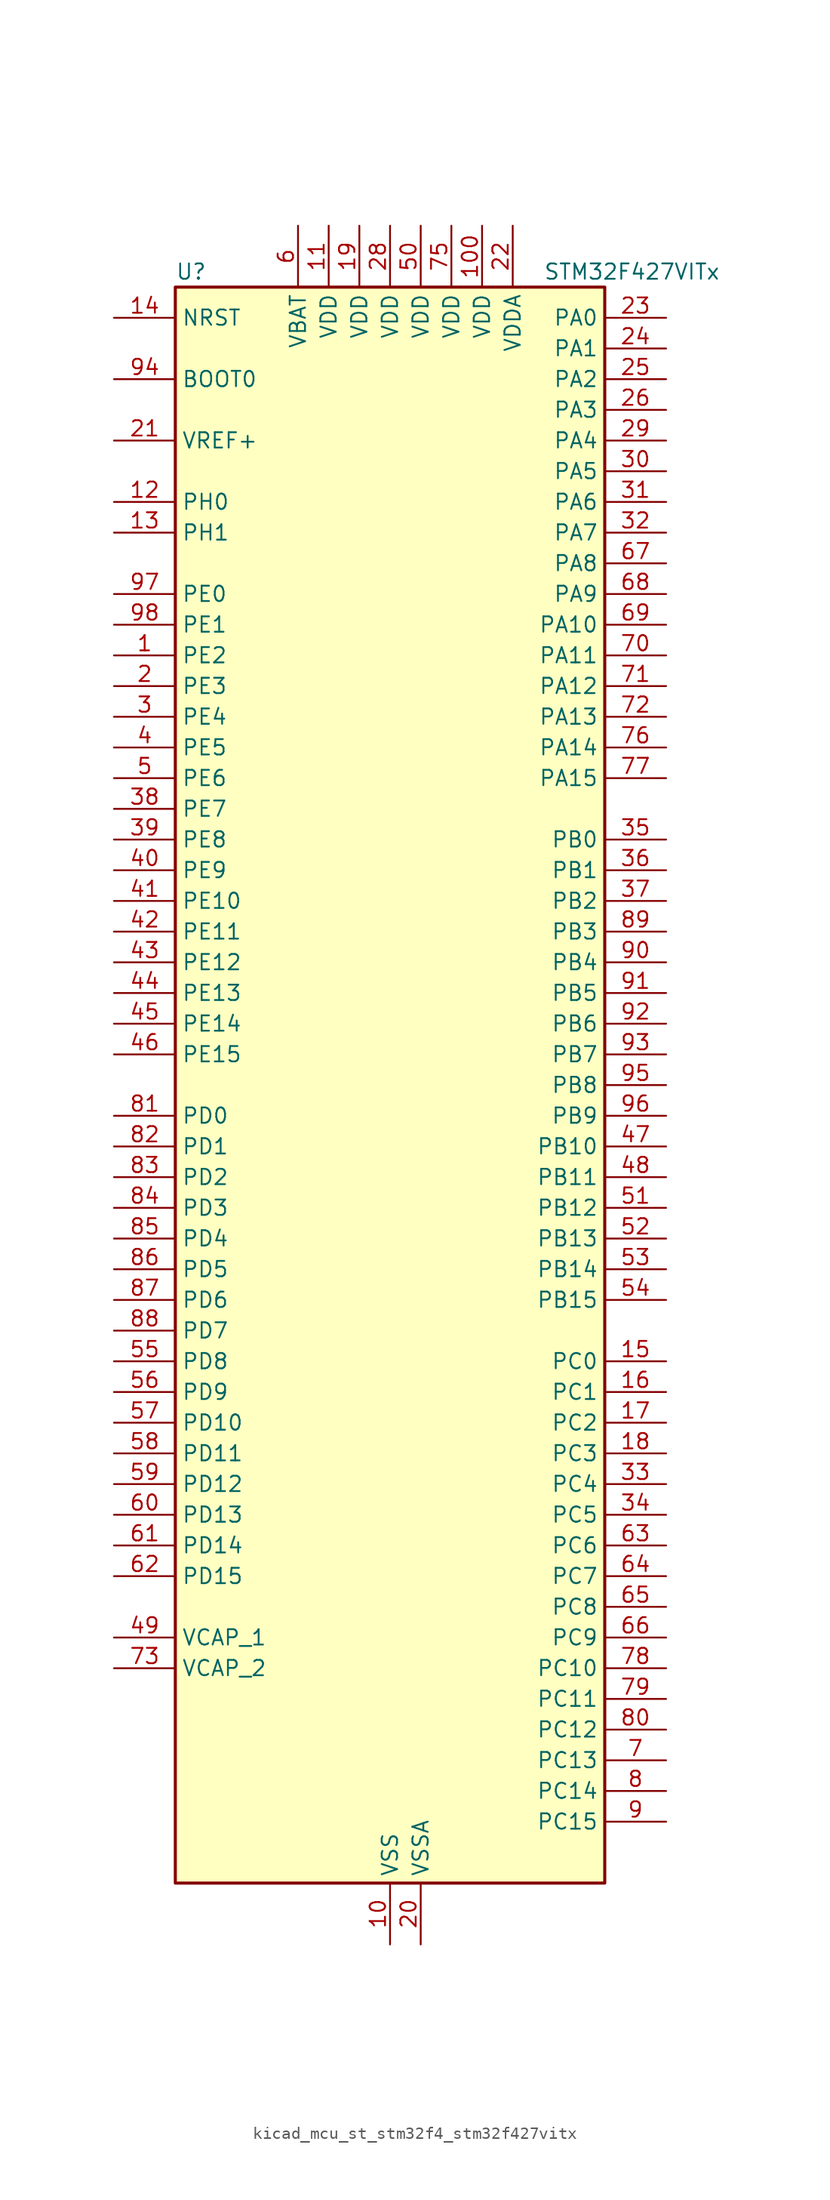
<source format=kicad_sym>
(kicad_symbol_lib
  (version 20220914)
  (generator kicad_symbol_editor)
  (symbol "kicad_mcu_st_stm32f4_stm32f427vitx"
    (property "Reference" "U"
      (at -17.78 67.31 0)
      (effects (font (size 1.27 1.27)) (justify left)))
    (property "Value" "STM32F427VITx"
      (at 12.7 67.31 0)
      (effects (font (size 1.27 1.27)) (justify left)))
    (property "ki_locked" ""
      (at 0 0 0)
      (effects (font (size 1.27 1.27))))
    (symbol "kicad_mcu_st_stm32f4_stm32f427vitx_0_1"
      (rectangle (start -17.78 -66.04) (end 17.78 66.04) (stroke (width 0.254) (type default)) (fill (type background))))
    (symbol "kicad_mcu_st_stm32f4_stm32f427vitx_1_1"
      (pin bidirectional line (at -22.86 35.56 0) (length 5.08) (name "PE2" (effects (font (size 1.27 1.27)))) (number "1" (effects (font (size 1.27 1.27)))) (alternate "ETH_TXD3" bidirectional line) (alternate "FMC_A23" bidirectional line) (alternate "SAI1_MCLK_A" bidirectional line) (alternate "SPI4_SCK" bidirectional line) (alternate "SYS_TRACECLK" bidirectional line))
      (pin power_in line (at 0 -71.12 90) (length 5.08) (name "VSS" (effects (font (size 1.27 1.27)))) (number "10" (effects (font (size 1.27 1.27)))))
      (pin power_in line (at 7.62 71.12 270) (length 5.08) (name "VDD" (effects (font (size 1.27 1.27)))) (number "100" (effects (font (size 1.27 1.27)))))
      (pin power_in line (at -5.08 71.12 270) (length 5.08) (name "VDD" (effects (font (size 1.27 1.27)))) (number "11" (effects (font (size 1.27 1.27)))))
      (pin bidirectional line (at -22.86 48.26 0) (length 5.08) (name "PH0" (effects (font (size 1.27 1.27)))) (number "12" (effects (font (size 1.27 1.27)))) (alternate "RCC_OSC_IN" bidirectional line))
      (pin bidirectional line (at -22.86 45.72 0) (length 5.08) (name "PH1" (effects (font (size 1.27 1.27)))) (number "13" (effects (font (size 1.27 1.27)))) (alternate "RCC_OSC_OUT" bidirectional line))
      (pin input line (at -22.86 63.5 0) (length 5.08) (name "NRST" (effects (font (size 1.27 1.27)))) (number "14" (effects (font (size 1.27 1.27)))))
      (pin bidirectional line (at 22.86 -22.86 180) (length 5.08) (name "PC0" (effects (font (size 1.27 1.27)))) (number "15" (effects (font (size 1.27 1.27)))) (alternate "ADC1_IN10" bidirectional line) (alternate "ADC2_IN10" bidirectional line) (alternate "ADC3_IN10" bidirectional line) (alternate "FMC_SDNWE" bidirectional line) (alternate "USB_OTG_HS_ULPI_STP" bidirectional line))
      (pin bidirectional line (at 22.86 -25.4 180) (length 5.08) (name "PC1" (effects (font (size 1.27 1.27)))) (number "16" (effects (font (size 1.27 1.27)))) (alternate "ADC1_IN11" bidirectional line) (alternate "ADC2_IN11" bidirectional line) (alternate "ADC3_IN11" bidirectional line) (alternate "ETH_MDC" bidirectional line))
      (pin bidirectional line (at 22.86 -27.94 180) (length 5.08) (name "PC2" (effects (font (size 1.27 1.27)))) (number "17" (effects (font (size 1.27 1.27)))) (alternate "ADC1_IN12" bidirectional line) (alternate "ADC2_IN12" bidirectional line) (alternate "ADC3_IN12" bidirectional line) (alternate "ETH_TXD2" bidirectional line) (alternate "FMC_SDNE0" bidirectional line) (alternate "I2S2_ext_SD" bidirectional line) (alternate "SPI2_MISO" bidirectional line) (alternate "USB_OTG_HS_ULPI_DIR" bidirectional line))
      (pin bidirectional line (at 22.86 -30.48 180) (length 5.08) (name "PC3" (effects (font (size 1.27 1.27)))) (number "18" (effects (font (size 1.27 1.27)))) (alternate "ADC1_IN13" bidirectional line) (alternate "ADC2_IN13" bidirectional line) (alternate "ADC3_IN13" bidirectional line) (alternate "ETH_TX_CLK" bidirectional line) (alternate "FMC_SDCKE0" bidirectional line) (alternate "I2S2_SD" bidirectional line) (alternate "SPI2_MOSI" bidirectional line) (alternate "USB_OTG_HS_ULPI_NXT" bidirectional line))
      (pin power_in line (at -2.54 71.12 270) (length 5.08) (name "VDD" (effects (font (size 1.27 1.27)))) (number "19" (effects (font (size 1.27 1.27)))))
      (pin bidirectional line (at -22.86 33.02 0) (length 5.08) (name "PE3" (effects (font (size 1.27 1.27)))) (number "2" (effects (font (size 1.27 1.27)))) (alternate "FMC_A19" bidirectional line) (alternate "SAI1_SD_B" bidirectional line) (alternate "SYS_TRACED0" bidirectional line))
      (pin power_in line (at 2.54 -71.12 90) (length 5.08) (name "VSSA" (effects (font (size 1.27 1.27)))) (number "20" (effects (font (size 1.27 1.27)))))
      (pin input line (at -22.86 53.34 0) (length 5.08) (name "VREF+" (effects (font (size 1.27 1.27)))) (number "21" (effects (font (size 1.27 1.27)))))
      (pin power_in line (at 10.16 71.12 270) (length 5.08) (name "VDDA" (effects (font (size 1.27 1.27)))) (number "22" (effects (font (size 1.27 1.27)))))
      (pin bidirectional line (at 22.86 63.5 180) (length 5.08) (name "PA0" (effects (font (size 1.27 1.27)))) (number "23" (effects (font (size 1.27 1.27)))) (alternate "ADC1_IN0" bidirectional line) (alternate "ADC2_IN0" bidirectional line) (alternate "ADC3_IN0" bidirectional line) (alternate "ETH_CRS" bidirectional line) (alternate "SYS_WKUP" bidirectional line) (alternate "TIM2_CH1" bidirectional line) (alternate "TIM2_ETR" bidirectional line) (alternate "TIM5_CH1" bidirectional line) (alternate "TIM8_ETR" bidirectional line) (alternate "UART4_TX" bidirectional line) (alternate "USART2_CTS" bidirectional line))
      (pin bidirectional line (at 22.86 60.96 180) (length 5.08) (name "PA1" (effects (font (size 1.27 1.27)))) (number "24" (effects (font (size 1.27 1.27)))) (alternate "ADC1_IN1" bidirectional line) (alternate "ADC2_IN1" bidirectional line) (alternate "ADC3_IN1" bidirectional line) (alternate "ETH_REF_CLK" bidirectional line) (alternate "ETH_RX_CLK" bidirectional line) (alternate "TIM2_CH2" bidirectional line) (alternate "TIM5_CH2" bidirectional line) (alternate "UART4_RX" bidirectional line) (alternate "USART2_RTS" bidirectional line))
      (pin bidirectional line (at 22.86 58.42 180) (length 5.08) (name "PA2" (effects (font (size 1.27 1.27)))) (number "25" (effects (font (size 1.27 1.27)))) (alternate "ADC1_IN2" bidirectional line) (alternate "ADC2_IN2" bidirectional line) (alternate "ADC3_IN2" bidirectional line) (alternate "ETH_MDIO" bidirectional line) (alternate "TIM2_CH3" bidirectional line) (alternate "TIM5_CH3" bidirectional line) (alternate "TIM9_CH1" bidirectional line) (alternate "USART2_TX" bidirectional line))
      (pin bidirectional line (at 22.86 55.88 180) (length 5.08) (name "PA3" (effects (font (size 1.27 1.27)))) (number "26" (effects (font (size 1.27 1.27)))) (alternate "ADC1_IN3" bidirectional line) (alternate "ADC2_IN3" bidirectional line) (alternate "ADC3_IN3" bidirectional line) (alternate "ETH_COL" bidirectional line) (alternate "TIM2_CH4" bidirectional line) (alternate "TIM5_CH4" bidirectional line) (alternate "TIM9_CH2" bidirectional line) (alternate "USART2_RX" bidirectional line) (alternate "USB_OTG_HS_ULPI_D0" bidirectional line))
      (pin passive line (at 0 -71.12 90) (length 5.08) hide (name "VSS" (effects (font (size 1.27 1.27)))) (number "27" (effects (font (size 1.27 1.27)))))
      (pin power_in line (at 0 71.12 270) (length 5.08) (name "VDD" (effects (font (size 1.27 1.27)))) (number "28" (effects (font (size 1.27 1.27)))))
      (pin bidirectional line (at 22.86 53.34 180) (length 5.08) (name "PA4" (effects (font (size 1.27 1.27)))) (number "29" (effects (font (size 1.27 1.27)))) (alternate "ADC1_IN4" bidirectional line) (alternate "ADC2_IN4" bidirectional line) (alternate "DAC_OUT1" bidirectional line) (alternate "DCMI_HSYNC" bidirectional line) (alternate "I2S3_WS" bidirectional line) (alternate "SPI1_NSS" bidirectional line) (alternate "SPI3_NSS" bidirectional line) (alternate "USART2_CK" bidirectional line) (alternate "USB_OTG_HS_SOF" bidirectional line))
      (pin bidirectional line (at -22.86 30.48 0) (length 5.08) (name "PE4" (effects (font (size 1.27 1.27)))) (number "3" (effects (font (size 1.27 1.27)))) (alternate "DCMI_D4" bidirectional line) (alternate "FMC_A20" bidirectional line) (alternate "SAI1_FS_A" bidirectional line) (alternate "SPI4_NSS" bidirectional line) (alternate "SYS_TRACED1" bidirectional line))
      (pin bidirectional line (at 22.86 50.8 180) (length 5.08) (name "PA5" (effects (font (size 1.27 1.27)))) (number "30" (effects (font (size 1.27 1.27)))) (alternate "ADC1_IN5" bidirectional line) (alternate "ADC2_IN5" bidirectional line) (alternate "DAC_OUT2" bidirectional line) (alternate "SPI1_SCK" bidirectional line) (alternate "TIM2_CH1" bidirectional line) (alternate "TIM2_ETR" bidirectional line) (alternate "TIM8_CH1N" bidirectional line) (alternate "USB_OTG_HS_ULPI_CK" bidirectional line))
      (pin bidirectional line (at 22.86 48.26 180) (length 5.08) (name "PA6" (effects (font (size 1.27 1.27)))) (number "31" (effects (font (size 1.27 1.27)))) (alternate "ADC1_IN6" bidirectional line) (alternate "ADC2_IN6" bidirectional line) (alternate "DCMI_PIXCLK" bidirectional line) (alternate "SPI1_MISO" bidirectional line) (alternate "TIM13_CH1" bidirectional line) (alternate "TIM1_BKIN" bidirectional line) (alternate "TIM3_CH1" bidirectional line) (alternate "TIM8_BKIN" bidirectional line))
      (pin bidirectional line (at 22.86 45.72 180) (length 5.08) (name "PA7" (effects (font (size 1.27 1.27)))) (number "32" (effects (font (size 1.27 1.27)))) (alternate "ADC1_IN7" bidirectional line) (alternate "ADC2_IN7" bidirectional line) (alternate "ETH_CRS_DV" bidirectional line) (alternate "ETH_RX_DV" bidirectional line) (alternate "SPI1_MOSI" bidirectional line) (alternate "TIM14_CH1" bidirectional line) (alternate "TIM1_CH1N" bidirectional line) (alternate "TIM3_CH2" bidirectional line) (alternate "TIM8_CH1N" bidirectional line))
      (pin bidirectional line (at 22.86 -33.02 180) (length 5.08) (name "PC4" (effects (font (size 1.27 1.27)))) (number "33" (effects (font (size 1.27 1.27)))) (alternate "ADC1_IN14" bidirectional line) (alternate "ADC2_IN14" bidirectional line) (alternate "ETH_RXD0" bidirectional line))
      (pin bidirectional line (at 22.86 -35.56 180) (length 5.08) (name "PC5" (effects (font (size 1.27 1.27)))) (number "34" (effects (font (size 1.27 1.27)))) (alternate "ADC1_IN15" bidirectional line) (alternate "ADC2_IN15" bidirectional line) (alternate "ETH_RXD1" bidirectional line))
      (pin bidirectional line (at 22.86 20.32 180) (length 5.08) (name "PB0" (effects (font (size 1.27 1.27)))) (number "35" (effects (font (size 1.27 1.27)))) (alternate "ADC1_IN8" bidirectional line) (alternate "ADC2_IN8" bidirectional line) (alternate "ETH_RXD2" bidirectional line) (alternate "TIM1_CH2N" bidirectional line) (alternate "TIM3_CH3" bidirectional line) (alternate "TIM8_CH2N" bidirectional line) (alternate "USB_OTG_HS_ULPI_D1" bidirectional line))
      (pin bidirectional line (at 22.86 17.78 180) (length 5.08) (name "PB1" (effects (font (size 1.27 1.27)))) (number "36" (effects (font (size 1.27 1.27)))) (alternate "ADC1_IN9" bidirectional line) (alternate "ADC2_IN9" bidirectional line) (alternate "ETH_RXD3" bidirectional line) (alternate "TIM1_CH3N" bidirectional line) (alternate "TIM3_CH4" bidirectional line) (alternate "TIM8_CH3N" bidirectional line) (alternate "USB_OTG_HS_ULPI_D2" bidirectional line))
      (pin bidirectional line (at 22.86 15.24 180) (length 5.08) (name "PB2" (effects (font (size 1.27 1.27)))) (number "37" (effects (font (size 1.27 1.27)))))
      (pin bidirectional line (at -22.86 22.86 0) (length 5.08) (name "PE7" (effects (font (size 1.27 1.27)))) (number "38" (effects (font (size 1.27 1.27)))) (alternate "FMC_D4" bidirectional line) (alternate "FMC_DA4" bidirectional line) (alternate "TIM1_ETR" bidirectional line) (alternate "UART7_RX" bidirectional line))
      (pin bidirectional line (at -22.86 20.32 0) (length 5.08) (name "PE8" (effects (font (size 1.27 1.27)))) (number "39" (effects (font (size 1.27 1.27)))) (alternate "FMC_D5" bidirectional line) (alternate "FMC_DA5" bidirectional line) (alternate "TIM1_CH1N" bidirectional line) (alternate "UART7_TX" bidirectional line))
      (pin bidirectional line (at -22.86 27.94 0) (length 5.08) (name "PE5" (effects (font (size 1.27 1.27)))) (number "4" (effects (font (size 1.27 1.27)))) (alternate "DCMI_D6" bidirectional line) (alternate "FMC_A21" bidirectional line) (alternate "SAI1_SCK_A" bidirectional line) (alternate "SPI4_MISO" bidirectional line) (alternate "SYS_TRACED2" bidirectional line) (alternate "TIM9_CH1" bidirectional line))
      (pin bidirectional line (at -22.86 17.78 0) (length 5.08) (name "PE9" (effects (font (size 1.27 1.27)))) (number "40" (effects (font (size 1.27 1.27)))) (alternate "DAC_EXTI9" bidirectional line) (alternate "FMC_D6" bidirectional line) (alternate "FMC_DA6" bidirectional line) (alternate "TIM1_CH1" bidirectional line))
      (pin bidirectional line (at -22.86 15.24 0) (length 5.08) (name "PE10" (effects (font (size 1.27 1.27)))) (number "41" (effects (font (size 1.27 1.27)))) (alternate "FMC_D7" bidirectional line) (alternate "FMC_DA7" bidirectional line) (alternate "TIM1_CH2N" bidirectional line))
      (pin bidirectional line (at -22.86 12.7 0) (length 5.08) (name "PE11" (effects (font (size 1.27 1.27)))) (number "42" (effects (font (size 1.27 1.27)))) (alternate "ADC1_EXTI11" bidirectional line) (alternate "ADC2_EXTI11" bidirectional line) (alternate "ADC3_EXTI11" bidirectional line) (alternate "FMC_D8" bidirectional line) (alternate "FMC_DA8" bidirectional line) (alternate "SPI4_NSS" bidirectional line) (alternate "TIM1_CH2" bidirectional line))
      (pin bidirectional line (at -22.86 10.16 0) (length 5.08) (name "PE12" (effects (font (size 1.27 1.27)))) (number "43" (effects (font (size 1.27 1.27)))) (alternate "FMC_D9" bidirectional line) (alternate "FMC_DA9" bidirectional line) (alternate "SPI4_SCK" bidirectional line) (alternate "TIM1_CH3N" bidirectional line))
      (pin bidirectional line (at -22.86 7.62 0) (length 5.08) (name "PE13" (effects (font (size 1.27 1.27)))) (number "44" (effects (font (size 1.27 1.27)))) (alternate "FMC_D10" bidirectional line) (alternate "FMC_DA10" bidirectional line) (alternate "SPI4_MISO" bidirectional line) (alternate "TIM1_CH3" bidirectional line))
      (pin bidirectional line (at -22.86 5.08 0) (length 5.08) (name "PE14" (effects (font (size 1.27 1.27)))) (number "45" (effects (font (size 1.27 1.27)))) (alternate "FMC_D11" bidirectional line) (alternate "FMC_DA11" bidirectional line) (alternate "SPI4_MOSI" bidirectional line) (alternate "TIM1_CH4" bidirectional line))
      (pin bidirectional line (at -22.86 2.54 0) (length 5.08) (name "PE15" (effects (font (size 1.27 1.27)))) (number "46" (effects (font (size 1.27 1.27)))) (alternate "ADC1_EXTI15" bidirectional line) (alternate "ADC2_EXTI15" bidirectional line) (alternate "ADC3_EXTI15" bidirectional line) (alternate "FMC_D12" bidirectional line) (alternate "FMC_DA12" bidirectional line) (alternate "TIM1_BKIN" bidirectional line))
      (pin bidirectional line (at 22.86 -5.08 180) (length 5.08) (name "PB10" (effects (font (size 1.27 1.27)))) (number "47" (effects (font (size 1.27 1.27)))) (alternate "ETH_RX_ER" bidirectional line) (alternate "I2C2_SCL" bidirectional line) (alternate "I2S2_CK" bidirectional line) (alternate "SPI2_SCK" bidirectional line) (alternate "TIM2_CH3" bidirectional line) (alternate "USART3_TX" bidirectional line) (alternate "USB_OTG_HS_ULPI_D3" bidirectional line))
      (pin bidirectional line (at 22.86 -7.62 180) (length 5.08) (name "PB11" (effects (font (size 1.27 1.27)))) (number "48" (effects (font (size 1.27 1.27)))) (alternate "ADC1_EXTI11" bidirectional line) (alternate "ADC2_EXTI11" bidirectional line) (alternate "ADC3_EXTI11" bidirectional line) (alternate "ETH_TX_EN" bidirectional line) (alternate "I2C2_SDA" bidirectional line) (alternate "TIM2_CH4" bidirectional line) (alternate "USART3_RX" bidirectional line) (alternate "USB_OTG_HS_ULPI_D4" bidirectional line))
      (pin power_out line (at -22.86 -45.72 0) (length 5.08) (name "VCAP_1" (effects (font (size 1.27 1.27)))) (number "49" (effects (font (size 1.27 1.27)))))
      (pin bidirectional line (at -22.86 25.4 0) (length 5.08) (name "PE6" (effects (font (size 1.27 1.27)))) (number "5" (effects (font (size 1.27 1.27)))) (alternate "DCMI_D7" bidirectional line) (alternate "FMC_A22" bidirectional line) (alternate "SAI1_SD_A" bidirectional line) (alternate "SPI4_MOSI" bidirectional line) (alternate "SYS_TRACED3" bidirectional line) (alternate "TIM9_CH2" bidirectional line))
      (pin power_in line (at 2.54 71.12 270) (length 5.08) (name "VDD" (effects (font (size 1.27 1.27)))) (number "50" (effects (font (size 1.27 1.27)))))
      (pin bidirectional line (at 22.86 -10.16 180) (length 5.08) (name "PB12" (effects (font (size 1.27 1.27)))) (number "51" (effects (font (size 1.27 1.27)))) (alternate "CAN2_RX" bidirectional line) (alternate "ETH_TXD0" bidirectional line) (alternate "I2C2_SMBA" bidirectional line) (alternate "I2S2_WS" bidirectional line) (alternate "SPI2_NSS" bidirectional line) (alternate "TIM1_BKIN" bidirectional line) (alternate "USART3_CK" bidirectional line) (alternate "USB_OTG_HS_ID" bidirectional line) (alternate "USB_OTG_HS_ULPI_D5" bidirectional line))
      (pin bidirectional line (at 22.86 -12.7 180) (length 5.08) (name "PB13" (effects (font (size 1.27 1.27)))) (number "52" (effects (font (size 1.27 1.27)))) (alternate "CAN2_TX" bidirectional line) (alternate "ETH_TXD1" bidirectional line) (alternate "I2S2_CK" bidirectional line) (alternate "SPI2_SCK" bidirectional line) (alternate "TIM1_CH1N" bidirectional line) (alternate "USART3_CTS" bidirectional line) (alternate "USB_OTG_HS_ULPI_D6" bidirectional line) (alternate "USB_OTG_HS_VBUS" bidirectional line))
      (pin bidirectional line (at 22.86 -15.24 180) (length 5.08) (name "PB14" (effects (font (size 1.27 1.27)))) (number "53" (effects (font (size 1.27 1.27)))) (alternate "I2S2_ext_SD" bidirectional line) (alternate "SPI2_MISO" bidirectional line) (alternate "TIM12_CH1" bidirectional line) (alternate "TIM1_CH2N" bidirectional line) (alternate "TIM8_CH2N" bidirectional line) (alternate "USART3_RTS" bidirectional line) (alternate "USB_OTG_HS_DM" bidirectional line))
      (pin bidirectional line (at 22.86 -17.78 180) (length 5.08) (name "PB15" (effects (font (size 1.27 1.27)))) (number "54" (effects (font (size 1.27 1.27)))) (alternate "ADC1_EXTI15" bidirectional line) (alternate "ADC2_EXTI15" bidirectional line) (alternate "ADC3_EXTI15" bidirectional line) (alternate "I2S2_SD" bidirectional line) (alternate "RTC_REFIN" bidirectional line) (alternate "SPI2_MOSI" bidirectional line) (alternate "TIM12_CH2" bidirectional line) (alternate "TIM1_CH3N" bidirectional line) (alternate "TIM8_CH3N" bidirectional line) (alternate "USB_OTG_HS_DP" bidirectional line))
      (pin bidirectional line (at -22.86 -22.86 0) (length 5.08) (name "PD8" (effects (font (size 1.27 1.27)))) (number "55" (effects (font (size 1.27 1.27)))) (alternate "FMC_D13" bidirectional line) (alternate "FMC_DA13" bidirectional line) (alternate "USART3_TX" bidirectional line))
      (pin bidirectional line (at -22.86 -25.4 0) (length 5.08) (name "PD9" (effects (font (size 1.27 1.27)))) (number "56" (effects (font (size 1.27 1.27)))) (alternate "DAC_EXTI9" bidirectional line) (alternate "FMC_D14" bidirectional line) (alternate "FMC_DA14" bidirectional line) (alternate "USART3_RX" bidirectional line))
      (pin bidirectional line (at -22.86 -27.94 0) (length 5.08) (name "PD10" (effects (font (size 1.27 1.27)))) (number "57" (effects (font (size 1.27 1.27)))) (alternate "FMC_D15" bidirectional line) (alternate "FMC_DA15" bidirectional line) (alternate "USART3_CK" bidirectional line))
      (pin bidirectional line (at -22.86 -30.48 0) (length 5.08) (name "PD11" (effects (font (size 1.27 1.27)))) (number "58" (effects (font (size 1.27 1.27)))) (alternate "ADC1_EXTI11" bidirectional line) (alternate "ADC2_EXTI11" bidirectional line) (alternate "ADC3_EXTI11" bidirectional line) (alternate "FMC_A16" bidirectional line) (alternate "FMC_CLE" bidirectional line) (alternate "USART3_CTS" bidirectional line))
      (pin bidirectional line (at -22.86 -33.02 0) (length 5.08) (name "PD12" (effects (font (size 1.27 1.27)))) (number "59" (effects (font (size 1.27 1.27)))) (alternate "FMC_A17" bidirectional line) (alternate "FMC_ALE" bidirectional line) (alternate "TIM4_CH1" bidirectional line) (alternate "USART3_RTS" bidirectional line))
      (pin power_in line (at -7.62 71.12 270) (length 5.08) (name "VBAT" (effects (font (size 1.27 1.27)))) (number "6" (effects (font (size 1.27 1.27)))))
      (pin bidirectional line (at -22.86 -35.56 0) (length 5.08) (name "PD13" (effects (font (size 1.27 1.27)))) (number "60" (effects (font (size 1.27 1.27)))) (alternate "FMC_A18" bidirectional line) (alternate "TIM4_CH2" bidirectional line))
      (pin bidirectional line (at -22.86 -38.1 0) (length 5.08) (name "PD14" (effects (font (size 1.27 1.27)))) (number "61" (effects (font (size 1.27 1.27)))) (alternate "FMC_D0" bidirectional line) (alternate "FMC_DA0" bidirectional line) (alternate "TIM4_CH3" bidirectional line))
      (pin bidirectional line (at -22.86 -40.64 0) (length 5.08) (name "PD15" (effects (font (size 1.27 1.27)))) (number "62" (effects (font (size 1.27 1.27)))) (alternate "ADC1_EXTI15" bidirectional line) (alternate "ADC2_EXTI15" bidirectional line) (alternate "ADC3_EXTI15" bidirectional line) (alternate "FMC_D1" bidirectional line) (alternate "FMC_DA1" bidirectional line) (alternate "TIM4_CH4" bidirectional line))
      (pin bidirectional line (at 22.86 -38.1 180) (length 5.08) (name "PC6" (effects (font (size 1.27 1.27)))) (number "63" (effects (font (size 1.27 1.27)))) (alternate "DCMI_D0" bidirectional line) (alternate "I2S2_MCK" bidirectional line) (alternate "SDIO_D6" bidirectional line) (alternate "TIM3_CH1" bidirectional line) (alternate "TIM8_CH1" bidirectional line) (alternate "USART6_TX" bidirectional line))
      (pin bidirectional line (at 22.86 -40.64 180) (length 5.08) (name "PC7" (effects (font (size 1.27 1.27)))) (number "64" (effects (font (size 1.27 1.27)))) (alternate "DCMI_D1" bidirectional line) (alternate "I2S3_MCK" bidirectional line) (alternate "SDIO_D7" bidirectional line) (alternate "TIM3_CH2" bidirectional line) (alternate "TIM8_CH2" bidirectional line) (alternate "USART6_RX" bidirectional line))
      (pin bidirectional line (at 22.86 -43.18 180) (length 5.08) (name "PC8" (effects (font (size 1.27 1.27)))) (number "65" (effects (font (size 1.27 1.27)))) (alternate "DCMI_D2" bidirectional line) (alternate "SDIO_D0" bidirectional line) (alternate "TIM3_CH3" bidirectional line) (alternate "TIM8_CH3" bidirectional line) (alternate "USART6_CK" bidirectional line))
      (pin bidirectional line (at 22.86 -45.72 180) (length 5.08) (name "PC9" (effects (font (size 1.27 1.27)))) (number "66" (effects (font (size 1.27 1.27)))) (alternate "DAC_EXTI9" bidirectional line) (alternate "DCMI_D3" bidirectional line) (alternate "I2C3_SDA" bidirectional line) (alternate "I2S_CKIN" bidirectional line) (alternate "RCC_MCO_2" bidirectional line) (alternate "SDIO_D1" bidirectional line) (alternate "TIM3_CH4" bidirectional line) (alternate "TIM8_CH4" bidirectional line))
      (pin bidirectional line (at 22.86 43.18 180) (length 5.08) (name "PA8" (effects (font (size 1.27 1.27)))) (number "67" (effects (font (size 1.27 1.27)))) (alternate "I2C3_SCL" bidirectional line) (alternate "RCC_MCO_1" bidirectional line) (alternate "TIM1_CH1" bidirectional line) (alternate "USART1_CK" bidirectional line) (alternate "USB_OTG_FS_SOF" bidirectional line))
      (pin bidirectional line (at 22.86 40.64 180) (length 5.08) (name "PA9" (effects (font (size 1.27 1.27)))) (number "68" (effects (font (size 1.27 1.27)))) (alternate "DAC_EXTI9" bidirectional line) (alternate "DCMI_D0" bidirectional line) (alternate "I2C3_SMBA" bidirectional line) (alternate "TIM1_CH2" bidirectional line) (alternate "USART1_TX" bidirectional line) (alternate "USB_OTG_FS_VBUS" bidirectional line))
      (pin bidirectional line (at 22.86 38.1 180) (length 5.08) (name "PA10" (effects (font (size 1.27 1.27)))) (number "69" (effects (font (size 1.27 1.27)))) (alternate "DCMI_D1" bidirectional line) (alternate "TIM1_CH3" bidirectional line) (alternate "USART1_RX" bidirectional line) (alternate "USB_OTG_FS_ID" bidirectional line))
      (pin bidirectional line (at 22.86 -55.88 180) (length 5.08) (name "PC13" (effects (font (size 1.27 1.27)))) (number "7" (effects (font (size 1.27 1.27)))) (alternate "RTC_AF1" bidirectional line))
      (pin bidirectional line (at 22.86 35.56 180) (length 5.08) (name "PA11" (effects (font (size 1.27 1.27)))) (number "70" (effects (font (size 1.27 1.27)))) (alternate "ADC1_EXTI11" bidirectional line) (alternate "ADC2_EXTI11" bidirectional line) (alternate "ADC3_EXTI11" bidirectional line) (alternate "CAN1_RX" bidirectional line) (alternate "TIM1_CH4" bidirectional line) (alternate "USART1_CTS" bidirectional line) (alternate "USB_OTG_FS_DM" bidirectional line))
      (pin bidirectional line (at 22.86 33.02 180) (length 5.08) (name "PA12" (effects (font (size 1.27 1.27)))) (number "71" (effects (font (size 1.27 1.27)))) (alternate "CAN1_TX" bidirectional line) (alternate "TIM1_ETR" bidirectional line) (alternate "USART1_RTS" bidirectional line) (alternate "USB_OTG_FS_DP" bidirectional line))
      (pin bidirectional line (at 22.86 30.48 180) (length 5.08) (name "PA13" (effects (font (size 1.27 1.27)))) (number "72" (effects (font (size 1.27 1.27)))) (alternate "SYS_JTMS-SWDIO" bidirectional line))
      (pin power_out line (at -22.86 -48.26 0) (length 5.08) (name "VCAP_2" (effects (font (size 1.27 1.27)))) (number "73" (effects (font (size 1.27 1.27)))))
      (pin passive line (at 0 -71.12 90) (length 5.08) hide (name "VSS" (effects (font (size 1.27 1.27)))) (number "74" (effects (font (size 1.27 1.27)))))
      (pin power_in line (at 5.08 71.12 270) (length 5.08) (name "VDD" (effects (font (size 1.27 1.27)))) (number "75" (effects (font (size 1.27 1.27)))))
      (pin bidirectional line (at 22.86 27.94 180) (length 5.08) (name "PA14" (effects (font (size 1.27 1.27)))) (number "76" (effects (font (size 1.27 1.27)))) (alternate "SYS_JTCK-SWCLK" bidirectional line))
      (pin bidirectional line (at 22.86 25.4 180) (length 5.08) (name "PA15" (effects (font (size 1.27 1.27)))) (number "77" (effects (font (size 1.27 1.27)))) (alternate "ADC1_EXTI15" bidirectional line) (alternate "ADC2_EXTI15" bidirectional line) (alternate "ADC3_EXTI15" bidirectional line) (alternate "I2S3_WS" bidirectional line) (alternate "SPI1_NSS" bidirectional line) (alternate "SPI3_NSS" bidirectional line) (alternate "SYS_JTDI" bidirectional line) (alternate "TIM2_CH1" bidirectional line) (alternate "TIM2_ETR" bidirectional line))
      (pin bidirectional line (at 22.86 -48.26 180) (length 5.08) (name "PC10" (effects (font (size 1.27 1.27)))) (number "78" (effects (font (size 1.27 1.27)))) (alternate "DCMI_D8" bidirectional line) (alternate "I2S3_CK" bidirectional line) (alternate "SDIO_D2" bidirectional line) (alternate "SPI3_SCK" bidirectional line) (alternate "UART4_TX" bidirectional line) (alternate "USART3_TX" bidirectional line))
      (pin bidirectional line (at 22.86 -50.8 180) (length 5.08) (name "PC11" (effects (font (size 1.27 1.27)))) (number "79" (effects (font (size 1.27 1.27)))) (alternate "ADC1_EXTI11" bidirectional line) (alternate "ADC2_EXTI11" bidirectional line) (alternate "ADC3_EXTI11" bidirectional line) (alternate "DCMI_D4" bidirectional line) (alternate "I2S3_ext_SD" bidirectional line) (alternate "SDIO_D3" bidirectional line) (alternate "SPI3_MISO" bidirectional line) (alternate "UART4_RX" bidirectional line) (alternate "USART3_RX" bidirectional line))
      (pin bidirectional line (at 22.86 -58.42 180) (length 5.08) (name "PC14" (effects (font (size 1.27 1.27)))) (number "8" (effects (font (size 1.27 1.27)))) (alternate "RCC_OSC32_IN" bidirectional line))
      (pin bidirectional line (at 22.86 -53.34 180) (length 5.08) (name "PC12" (effects (font (size 1.27 1.27)))) (number "80" (effects (font (size 1.27 1.27)))) (alternate "DCMI_D9" bidirectional line) (alternate "I2S3_SD" bidirectional line) (alternate "SDIO_CK" bidirectional line) (alternate "SPI3_MOSI" bidirectional line) (alternate "UART5_TX" bidirectional line) (alternate "USART3_CK" bidirectional line))
      (pin bidirectional line (at -22.86 -2.54 0) (length 5.08) (name "PD0" (effects (font (size 1.27 1.27)))) (number "81" (effects (font (size 1.27 1.27)))) (alternate "CAN1_RX" bidirectional line) (alternate "FMC_D2" bidirectional line) (alternate "FMC_DA2" bidirectional line))
      (pin bidirectional line (at -22.86 -5.08 0) (length 5.08) (name "PD1" (effects (font (size 1.27 1.27)))) (number "82" (effects (font (size 1.27 1.27)))) (alternate "CAN1_TX" bidirectional line) (alternate "FMC_D3" bidirectional line) (alternate "FMC_DA3" bidirectional line))
      (pin bidirectional line (at -22.86 -7.62 0) (length 5.08) (name "PD2" (effects (font (size 1.27 1.27)))) (number "83" (effects (font (size 1.27 1.27)))) (alternate "DCMI_D11" bidirectional line) (alternate "SDIO_CMD" bidirectional line) (alternate "TIM3_ETR" bidirectional line) (alternate "UART5_RX" bidirectional line))
      (pin bidirectional line (at -22.86 -10.16 0) (length 5.08) (name "PD3" (effects (font (size 1.27 1.27)))) (number "84" (effects (font (size 1.27 1.27)))) (alternate "DCMI_D5" bidirectional line) (alternate "FMC_CLK" bidirectional line) (alternate "I2S2_CK" bidirectional line) (alternate "SPI2_SCK" bidirectional line) (alternate "USART2_CTS" bidirectional line))
      (pin bidirectional line (at -22.86 -12.7 0) (length 5.08) (name "PD4" (effects (font (size 1.27 1.27)))) (number "85" (effects (font (size 1.27 1.27)))) (alternate "FMC_NOE" bidirectional line) (alternate "USART2_RTS" bidirectional line))
      (pin bidirectional line (at -22.86 -15.24 0) (length 5.08) (name "PD5" (effects (font (size 1.27 1.27)))) (number "86" (effects (font (size 1.27 1.27)))) (alternate "FMC_NWE" bidirectional line) (alternate "USART2_TX" bidirectional line))
      (pin bidirectional line (at -22.86 -17.78 0) (length 5.08) (name "PD6" (effects (font (size 1.27 1.27)))) (number "87" (effects (font (size 1.27 1.27)))) (alternate "DCMI_D10" bidirectional line) (alternate "FMC_NWAIT" bidirectional line) (alternate "I2S3_SD" bidirectional line) (alternate "SAI1_SD_A" bidirectional line) (alternate "SPI3_MOSI" bidirectional line) (alternate "USART2_RX" bidirectional line))
      (pin bidirectional line (at -22.86 -20.32 0) (length 5.08) (name "PD7" (effects (font (size 1.27 1.27)))) (number "88" (effects (font (size 1.27 1.27)))) (alternate "FMC_NCE2" bidirectional line) (alternate "FMC_NE1" bidirectional line) (alternate "USART2_CK" bidirectional line))
      (pin bidirectional line (at 22.86 12.7 180) (length 5.08) (name "PB3" (effects (font (size 1.27 1.27)))) (number "89" (effects (font (size 1.27 1.27)))) (alternate "I2S3_CK" bidirectional line) (alternate "SPI1_SCK" bidirectional line) (alternate "SPI3_SCK" bidirectional line) (alternate "SYS_JTDO-SWO" bidirectional line) (alternate "TIM2_CH2" bidirectional line))
      (pin bidirectional line (at 22.86 -60.96 180) (length 5.08) (name "PC15" (effects (font (size 1.27 1.27)))) (number "9" (effects (font (size 1.27 1.27)))) (alternate "ADC1_EXTI15" bidirectional line) (alternate "ADC2_EXTI15" bidirectional line) (alternate "ADC3_EXTI15" bidirectional line) (alternate "RCC_OSC32_OUT" bidirectional line))
      (pin bidirectional line (at 22.86 10.16 180) (length 5.08) (name "PB4" (effects (font (size 1.27 1.27)))) (number "90" (effects (font (size 1.27 1.27)))) (alternate "I2S3_ext_SD" bidirectional line) (alternate "SPI1_MISO" bidirectional line) (alternate "SPI3_MISO" bidirectional line) (alternate "SYS_JTRST" bidirectional line) (alternate "TIM3_CH1" bidirectional line))
      (pin bidirectional line (at 22.86 7.62 180) (length 5.08) (name "PB5" (effects (font (size 1.27 1.27)))) (number "91" (effects (font (size 1.27 1.27)))) (alternate "CAN2_RX" bidirectional line) (alternate "DCMI_D10" bidirectional line) (alternate "ETH_PPS_OUT" bidirectional line) (alternate "FMC_SDCKE1" bidirectional line) (alternate "I2C1_SMBA" bidirectional line) (alternate "I2S3_SD" bidirectional line) (alternate "SPI1_MOSI" bidirectional line) (alternate "SPI3_MOSI" bidirectional line) (alternate "TIM3_CH2" bidirectional line) (alternate "USB_OTG_HS_ULPI_D7" bidirectional line))
      (pin bidirectional line (at 22.86 5.08 180) (length 5.08) (name "PB6" (effects (font (size 1.27 1.27)))) (number "92" (effects (font (size 1.27 1.27)))) (alternate "CAN2_TX" bidirectional line) (alternate "DCMI_D5" bidirectional line) (alternate "FMC_SDNE1" bidirectional line) (alternate "I2C1_SCL" bidirectional line) (alternate "TIM4_CH1" bidirectional line) (alternate "USART1_TX" bidirectional line))
      (pin bidirectional line (at 22.86 2.54 180) (length 5.08) (name "PB7" (effects (font (size 1.27 1.27)))) (number "93" (effects (font (size 1.27 1.27)))) (alternate "DCMI_VSYNC" bidirectional line) (alternate "FMC_NL" bidirectional line) (alternate "I2C1_SDA" bidirectional line) (alternate "TIM4_CH2" bidirectional line) (alternate "USART1_RX" bidirectional line))
      (pin input line (at -22.86 58.42 0) (length 5.08) (name "BOOT0" (effects (font (size 1.27 1.27)))) (number "94" (effects (font (size 1.27 1.27)))))
      (pin bidirectional line (at 22.86 0 180) (length 5.08) (name "PB8" (effects (font (size 1.27 1.27)))) (number "95" (effects (font (size 1.27 1.27)))) (alternate "CAN1_RX" bidirectional line) (alternate "DCMI_D6" bidirectional line) (alternate "ETH_TXD3" bidirectional line) (alternate "I2C1_SCL" bidirectional line) (alternate "SDIO_D4" bidirectional line) (alternate "TIM10_CH1" bidirectional line) (alternate "TIM4_CH3" bidirectional line))
      (pin bidirectional line (at 22.86 -2.54 180) (length 5.08) (name "PB9" (effects (font (size 1.27 1.27)))) (number "96" (effects (font (size 1.27 1.27)))) (alternate "CAN1_TX" bidirectional line) (alternate "DAC_EXTI9" bidirectional line) (alternate "DCMI_D7" bidirectional line) (alternate "I2C1_SDA" bidirectional line) (alternate "I2S2_WS" bidirectional line) (alternate "SDIO_D5" bidirectional line) (alternate "SPI2_NSS" bidirectional line) (alternate "TIM11_CH1" bidirectional line) (alternate "TIM4_CH4" bidirectional line))
      (pin bidirectional line (at -22.86 40.64 0) (length 5.08) (name "PE0" (effects (font (size 1.27 1.27)))) (number "97" (effects (font (size 1.27 1.27)))) (alternate "DCMI_D2" bidirectional line) (alternate "FMC_NBL0" bidirectional line) (alternate "TIM4_ETR" bidirectional line) (alternate "UART8_RX" bidirectional line))
      (pin bidirectional line (at -22.86 38.1 0) (length 5.08) (name "PE1" (effects (font (size 1.27 1.27)))) (number "98" (effects (font (size 1.27 1.27)))) (alternate "DCMI_D3" bidirectional line) (alternate "FMC_NBL1" bidirectional line) (alternate "UART8_TX" bidirectional line))
      (pin passive line (at 0 -71.12 90) (length 5.08) hide (name "VSS" (effects (font (size 1.27 1.27)))) (number "99" (effects (font (size 1.27 1.27))))))))
</source>
